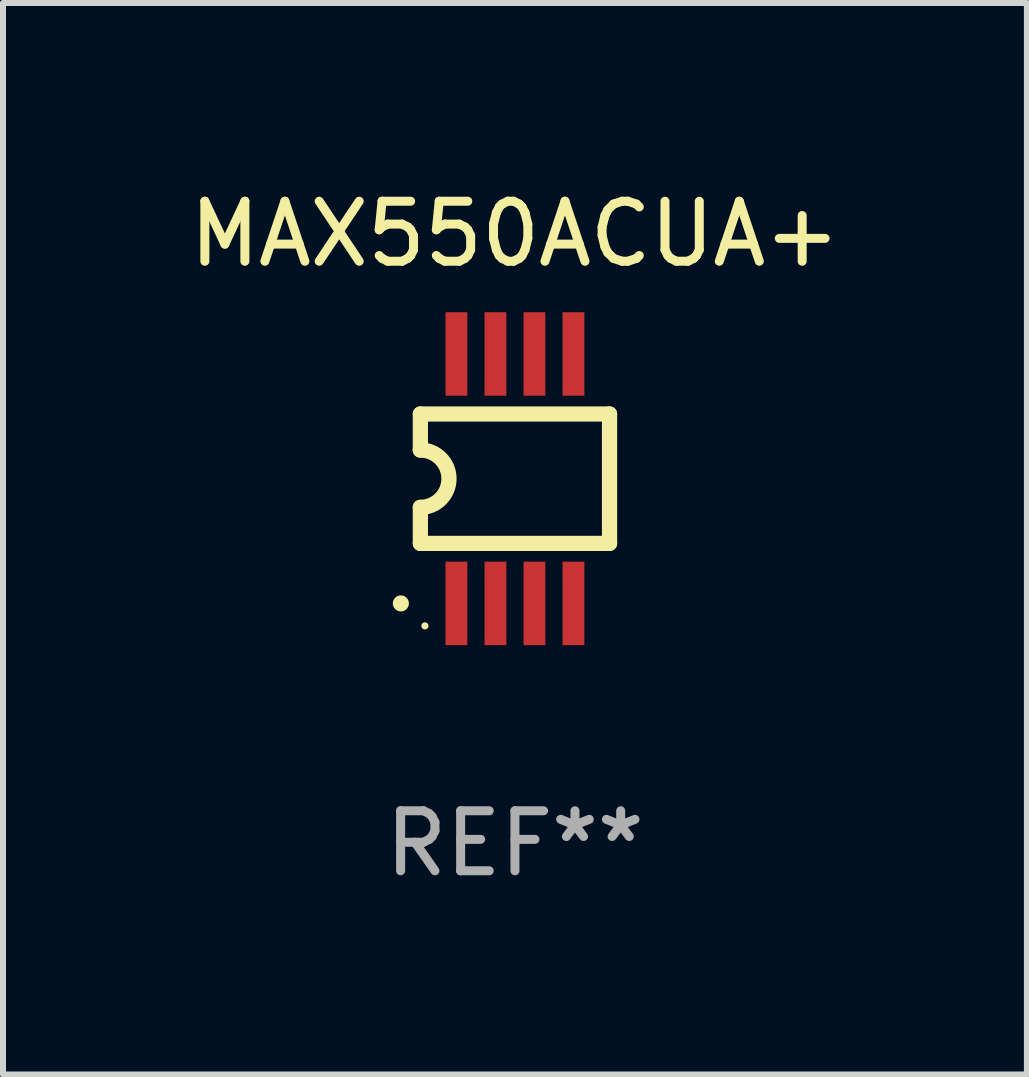
<source format=kicad_pcb>
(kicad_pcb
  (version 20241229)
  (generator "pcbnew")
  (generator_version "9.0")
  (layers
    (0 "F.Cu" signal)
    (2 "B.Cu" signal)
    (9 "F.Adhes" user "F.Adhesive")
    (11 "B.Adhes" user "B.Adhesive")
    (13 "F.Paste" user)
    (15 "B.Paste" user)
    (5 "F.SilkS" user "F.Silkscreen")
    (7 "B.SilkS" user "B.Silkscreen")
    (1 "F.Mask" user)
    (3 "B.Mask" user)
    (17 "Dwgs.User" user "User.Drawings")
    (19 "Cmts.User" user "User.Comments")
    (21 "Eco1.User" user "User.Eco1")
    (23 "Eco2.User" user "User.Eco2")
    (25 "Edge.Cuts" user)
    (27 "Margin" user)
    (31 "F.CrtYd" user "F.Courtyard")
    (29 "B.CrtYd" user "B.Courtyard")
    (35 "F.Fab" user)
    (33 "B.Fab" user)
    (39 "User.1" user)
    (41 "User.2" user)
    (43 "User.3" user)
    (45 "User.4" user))
  (footprint "MAX550ACUA+"
    (layer "F.Cu")
    (at 5.53 4.926)
    (property "Reference" "MAX550ACUA+" (at 0 -4.078 0) (layer "F.SilkS") (effects (font (size 1 1) (thickness 0.15))))
    (attr through_hole)
    (fp_line (start -1.576 -1.078) (end -1.576 -0.478) (stroke (width 0.254) (type solid)) (layer "F.SilkS"))
    (fp_line (start -1.576 -1.078) (end 1.576 -1.078) (stroke (width 0.254) (type solid)) (layer "F.SilkS"))
    (fp_line (start -1.576 1.078) (end -1.576 0.478) (stroke (width 0.254) (type solid)) (layer "F.SilkS"))
    (fp_line (start 1.576 -1.078) (end 1.576 1.078) (stroke (width 0.254) (type solid)) (layer "F.SilkS"))
    (fp_line (start 1.576 1.078) (end -1.576 1.078) (stroke (width 0.254) (type solid)) (layer "F.SilkS"))
    (fp_arc (start -1.577343 -0.47752) (mid -1.099721 -0.000481) (end -1.5762 0.477699) (stroke (width 0.254001) (type solid)) (layer "F.SilkS"))
    (fp_circle (center -1.901 2.078) (end -1.834 2.078) (stroke (width 0.134) (type solid)) (fill no) (layer "F.SilkS"))
    (fp_circle (center -1.5 2.452) (end -1.47 2.452) (stroke (width 0.06) (type solid)) (fill no) (layer "F.SilkS"))
    (fp_text user "REF**" (at 0 6.078 0) (layer "F.Fab") (effects (font (size 1 1) (thickness 0.15))))
    (pad "1" smd rect (at -0.975 2.078) (size 0.364 1.391) (layers "F.Cu" "F.Mask" "F.Paste"))
    (pad "2" smd rect (at -0.325 2.078) (size 0.364 1.391) (layers "F.Cu" "F.Mask" "F.Paste"))
    (pad "3" smd rect (at 0.325 2.078) (size 0.364 1.391) (layers "F.Cu" "F.Mask" "F.Paste"))
    (pad "4" smd rect (at 0.975 2.078) (size 0.364 1.391) (layers "F.Cu" "F.Mask" "F.Paste"))
    (pad "5" smd rect (at 0.975 -2.078) (size 0.364 1.391) (layers "F.Cu" "F.Mask" "F.Paste"))
    (pad "6" smd rect (at 0.325 -2.078) (size 0.364 1.391) (layers "F.Cu" "F.Mask" "F.Paste"))
    (pad "7" smd rect (at -0.325 -2.078) (size 0.364 1.391) (layers "F.Cu" "F.Mask" "F.Paste"))
    (pad "8" smd rect (at -0.975 -2.078) (size 0.364 1.391) (layers "F.Cu" "F.Mask" "F.Paste")))
  (gr_rect
    (start -3 -3)
    (end 14.06 14.852)
    (stroke (width 0.1) (type default))
    (fill no)
    (layer "Edge.Cuts")))
</source>
